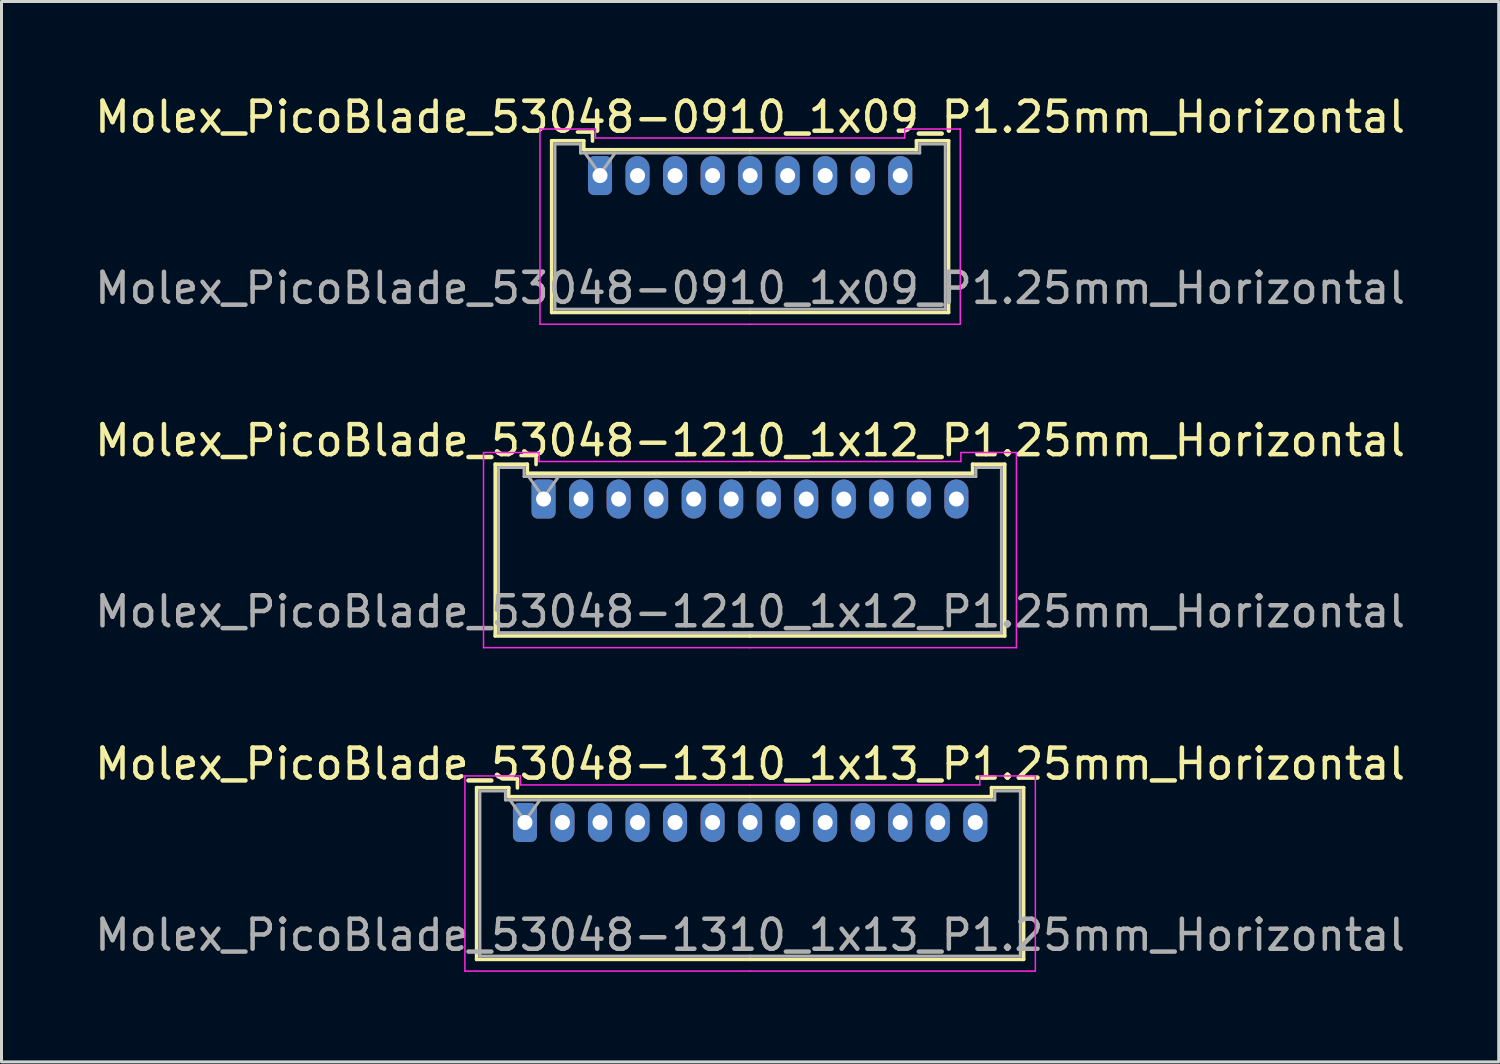
<source format=kicad_pcb>
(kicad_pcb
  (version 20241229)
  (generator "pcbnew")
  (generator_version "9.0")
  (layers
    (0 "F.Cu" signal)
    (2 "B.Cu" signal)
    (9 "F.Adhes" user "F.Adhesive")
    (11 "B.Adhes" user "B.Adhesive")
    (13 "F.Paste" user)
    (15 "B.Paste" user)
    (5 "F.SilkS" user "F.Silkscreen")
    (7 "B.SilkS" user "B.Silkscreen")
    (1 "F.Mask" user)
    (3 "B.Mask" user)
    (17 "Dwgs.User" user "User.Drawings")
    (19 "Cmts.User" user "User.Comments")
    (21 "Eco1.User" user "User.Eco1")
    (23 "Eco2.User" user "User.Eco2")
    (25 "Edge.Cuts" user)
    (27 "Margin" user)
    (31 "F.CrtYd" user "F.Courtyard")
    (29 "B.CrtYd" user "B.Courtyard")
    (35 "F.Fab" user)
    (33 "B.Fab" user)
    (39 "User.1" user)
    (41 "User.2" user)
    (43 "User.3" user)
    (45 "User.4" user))
  (footprint "Molex_PicoBlade_53048-1210_1x12_P1.25mm_Horizontal"
    (layer "F.Cu")
    (at 15.055 13.572)
    (property "Reference" "Molex_PicoBlade_53048-1210_1x12_P1.25mm_Horizontal" (at 6.88 -1.95 0) (layer "F.SilkS") (effects (font (size 1 1) (thickness 0.15))))
    (attr through_hole)
    (fp_line (start -1.61 -1.16) (end -1.61 4.56) (stroke (width 0.12) (type solid)) (layer "F.SilkS"))
    (fp_line (start -1.61 4.56) (end 6.875 4.56) (stroke (width 0.12) (type solid)) (layer "F.SilkS"))
    (fp_line (start -0.54 -1.16) (end -1.61 -1.16) (stroke (width 0.12) (type solid)) (layer "F.SilkS"))
    (fp_line (start -0.54 -0.86) (end -0.54 -1.16) (stroke (width 0.12) (type solid)) (layer "F.SilkS"))
    (fp_line (start -0.25 -1.45) (end -0.75 -1.45) (stroke (width 0.12) (type solid)) (layer "F.SilkS"))
    (fp_line (start -0.25 -1.15) (end -0.25 -1.45) (stroke (width 0.12) (type solid)) (layer "F.SilkS"))
    (fp_line (start 6.875 -0.86) (end -0.54 -0.86) (stroke (width 0.12) (type solid)) (layer "F.SilkS"))
    (fp_line (start 6.875 -0.86) (end 14.29 -0.86) (stroke (width 0.12) (type solid)) (layer "F.SilkS"))
    (fp_line (start 14.29 -1.16) (end 15.36 -1.16) (stroke (width 0.12) (type solid)) (layer "F.SilkS"))
    (fp_line (start 14.29 -0.86) (end 14.29 -1.16) (stroke (width 0.12) (type solid)) (layer "F.SilkS"))
    (fp_line (start 15.36 -1.16) (end 15.36 4.56) (stroke (width 0.12) (type solid)) (layer "F.SilkS"))
    (fp_line (start 15.36 4.56) (end 6.875 4.56) (stroke (width 0.12) (type solid)) (layer "F.SilkS"))
    (fp_line (start -2 -1.55) (end -2 4.95) (stroke (width 0.05) (type solid)) (layer "F.CrtYd"))
    (fp_line (start -2 4.95) (end 6.88 4.95) (stroke (width 0.05) (type solid)) (layer "F.CrtYd"))
    (fp_line (start -0.15 -1.55) (end -2 -1.55) (stroke (width 0.05) (type solid)) (layer "F.CrtYd"))
    (fp_line (start -0.15 -1.25) (end -0.15 -1.55) (stroke (width 0.05) (type solid)) (layer "F.CrtYd"))
    (fp_line (start 6.87 -1.25) (end 13.9 -1.25) (stroke (width 0.05) (type solid)) (layer "F.CrtYd"))
    (fp_line (start 6.88 -1.25) (end -0.15 -1.25) (stroke (width 0.05) (type solid)) (layer "F.CrtYd"))
    (fp_line (start 13.9 -1.55) (end 15.75 -1.55) (stroke (width 0.05) (type solid)) (layer "F.CrtYd"))
    (fp_line (start 13.9 -1.25) (end 13.9 -1.55) (stroke (width 0.05) (type solid)) (layer "F.CrtYd"))
    (fp_line (start 15.75 -1.55) (end 15.75 4.95) (stroke (width 0.05) (type solid)) (layer "F.CrtYd"))
    (fp_line (start 15.75 4.95) (end 6.87 4.95) (stroke (width 0.05) (type solid)) (layer "F.CrtYd"))
    (fp_line (start -1.5 -1.05) (end -1.5 4.45) (stroke (width 0.1) (type solid)) (layer "F.Fab"))
    (fp_line (start -1.5 4.45) (end 6.875 4.45) (stroke (width 0.1) (type solid)) (layer "F.Fab"))
    (fp_line (start -0.65 -1.05) (end -1.5 -1.05) (stroke (width 0.1) (type solid)) (layer "F.Fab"))
    (fp_line (start -0.65 -0.75) (end -0.65 -1.05) (stroke (width 0.1) (type solid)) (layer "F.Fab"))
    (fp_line (start -0.5 -0.75) (end 0 -0.043) (stroke (width 0.1) (type solid)) (layer "F.Fab"))
    (fp_line (start 0 -0.043) (end 0.5 -0.75) (stroke (width 0.1) (type solid)) (layer "F.Fab"))
    (fp_line (start 6.875 -0.75) (end -0.65 -0.75) (stroke (width 0.1) (type solid)) (layer "F.Fab"))
    (fp_line (start 6.875 -0.75) (end 14.4 -0.75) (stroke (width 0.1) (type solid)) (layer "F.Fab"))
    (fp_line (start 14.4 -1.05) (end 15.25 -1.05) (stroke (width 0.1) (type solid)) (layer "F.Fab"))
    (fp_line (start 14.4 -0.75) (end 14.4 -1.05) (stroke (width 0.1) (type solid)) (layer "F.Fab"))
    (fp_line (start 15.25 -1.05) (end 15.25 4.45) (stroke (width 0.1) (type solid)) (layer "F.Fab"))
    (fp_line (start 15.25 4.45) (end 6.875 4.45) (stroke (width 0.1) (type solid)) (layer "F.Fab"))
    (fp_text user "${REFERENCE}" (at 6.88 3.75 0) (layer "F.Fab") (effects (font (size 1 1) (thickness 0.15))))
    (pad "1" thru_hole roundrect (at 0 0) (size 0.8 1.3) (drill 0.5) (layers "*.Cu" "*.Mask") (roundrect_rratio 0.25))
    (pad "2" thru_hole oval (at 1.25 0) (size 0.8 1.3) (drill 0.5) (layers "*.Cu" "*.Mask"))
    (pad "3" thru_hole oval (at 2.5 0) (size 0.8 1.3) (drill 0.5) (layers "*.Cu" "*.Mask"))
    (pad "4" thru_hole oval (at 3.75 0) (size 0.8 1.3) (drill 0.5) (layers "*.Cu" "*.Mask"))
    (pad "5" thru_hole oval (at 5 0) (size 0.8 1.3) (drill 0.5) (layers "*.Cu" "*.Mask"))
    (pad "6" thru_hole oval (at 6.25 0) (size 0.8 1.3) (drill 0.5) (layers "*.Cu" "*.Mask"))
    (pad "7" thru_hole oval (at 7.5 0) (size 0.8 1.3) (drill 0.5) (layers "*.Cu" "*.Mask"))
    (pad "8" thru_hole oval (at 8.75 0) (size 0.8 1.3) (drill 0.5) (layers "*.Cu" "*.Mask"))
    (pad "9" thru_hole oval (at 10 0) (size 0.8 1.3) (drill 0.5) (layers "*.Cu" "*.Mask"))
    (pad "10" thru_hole oval (at 11.25 0) (size 0.8 1.3) (drill 0.5) (layers "*.Cu" "*.Mask"))
    (pad "11" thru_hole oval (at 12.5 0) (size 0.8 1.3) (drill 0.5) (layers "*.Cu" "*.Mask"))
    (pad "12" thru_hole oval (at 13.75 0) (size 0.8 1.3) (drill 0.5) (layers "*.Cu" "*.Mask")))
  (footprint "Molex_PicoBlade_53048-1310_1x13_P1.25mm_Horizontal"
    (layer "F.Cu")
    (at 14.435 24.345)
    (property "Reference" "Molex_PicoBlade_53048-1310_1x13_P1.25mm_Horizontal" (at 7.5 -1.95 0) (layer "F.SilkS") (effects (font (size 1 1) (thickness 0.15))))
    (attr through_hole)
    (fp_line (start -1.61 -1.16) (end -1.61 4.56) (stroke (width 0.12) (type solid)) (layer "F.SilkS"))
    (fp_line (start -1.61 4.56) (end 7.5 4.56) (stroke (width 0.12) (type solid)) (layer "F.SilkS"))
    (fp_line (start -0.54 -1.16) (end -1.61 -1.16) (stroke (width 0.12) (type solid)) (layer "F.SilkS"))
    (fp_line (start -0.54 -0.86) (end -0.54 -1.16) (stroke (width 0.12) (type solid)) (layer "F.SilkS"))
    (fp_line (start -0.25 -1.45) (end -0.75 -1.45) (stroke (width 0.12) (type solid)) (layer "F.SilkS"))
    (fp_line (start -0.25 -1.15) (end -0.25 -1.45) (stroke (width 0.12) (type solid)) (layer "F.SilkS"))
    (fp_line (start 7.5 -0.86) (end -0.54 -0.86) (stroke (width 0.12) (type solid)) (layer "F.SilkS"))
    (fp_line (start 7.5 -0.86) (end 15.54 -0.86) (stroke (width 0.12) (type solid)) (layer "F.SilkS"))
    (fp_line (start 15.54 -1.16) (end 16.61 -1.16) (stroke (width 0.12) (type solid)) (layer "F.SilkS"))
    (fp_line (start 15.54 -0.86) (end 15.54 -1.16) (stroke (width 0.12) (type solid)) (layer "F.SilkS"))
    (fp_line (start 16.61 -1.16) (end 16.61 4.56) (stroke (width 0.12) (type solid)) (layer "F.SilkS"))
    (fp_line (start 16.61 4.56) (end 7.5 4.56) (stroke (width 0.12) (type solid)) (layer "F.SilkS"))
    (fp_line (start -2 -1.55) (end -2 4.95) (stroke (width 0.05) (type solid)) (layer "F.CrtYd"))
    (fp_line (start -2 4.95) (end 7.5 4.95) (stroke (width 0.05) (type solid)) (layer "F.CrtYd"))
    (fp_line (start -0.15 -1.55) (end -2 -1.55) (stroke (width 0.05) (type solid)) (layer "F.CrtYd"))
    (fp_line (start -0.15 -1.25) (end -0.15 -1.55) (stroke (width 0.05) (type solid)) (layer "F.CrtYd"))
    (fp_line (start 7.5 -1.25) (end -0.15 -1.25) (stroke (width 0.05) (type solid)) (layer "F.CrtYd"))
    (fp_line (start 7.5 -1.25) (end 15.15 -1.25) (stroke (width 0.05) (type solid)) (layer "F.CrtYd"))
    (fp_line (start 15.15 -1.55) (end 17 -1.55) (stroke (width 0.05) (type solid)) (layer "F.CrtYd"))
    (fp_line (start 15.15 -1.25) (end 15.15 -1.55) (stroke (width 0.05) (type solid)) (layer "F.CrtYd"))
    (fp_line (start 17 -1.55) (end 17 4.95) (stroke (width 0.05) (type solid)) (layer "F.CrtYd"))
    (fp_line (start 17 4.95) (end 7.5 4.95) (stroke (width 0.05) (type solid)) (layer "F.CrtYd"))
    (fp_line (start -1.5 -1.05) (end -1.5 4.45) (stroke (width 0.1) (type solid)) (layer "F.Fab"))
    (fp_line (start -1.5 4.45) (end 7.5 4.45) (stroke (width 0.1) (type solid)) (layer "F.Fab"))
    (fp_line (start -0.65 -1.05) (end -1.5 -1.05) (stroke (width 0.1) (type solid)) (layer "F.Fab"))
    (fp_line (start -0.65 -0.75) (end -0.65 -1.05) (stroke (width 0.1) (type solid)) (layer "F.Fab"))
    (fp_line (start -0.5 -0.75) (end 0 -0.043) (stroke (width 0.1) (type solid)) (layer "F.Fab"))
    (fp_line (start 0 -0.043) (end 0.5 -0.75) (stroke (width 0.1) (type solid)) (layer "F.Fab"))
    (fp_line (start 7.5 -0.75) (end -0.65 -0.75) (stroke (width 0.1) (type solid)) (layer "F.Fab"))
    (fp_line (start 7.5 -0.75) (end 15.65 -0.75) (stroke (width 0.1) (type solid)) (layer "F.Fab"))
    (fp_line (start 15.65 -1.05) (end 16.5 -1.05) (stroke (width 0.1) (type solid)) (layer "F.Fab"))
    (fp_line (start 15.65 -0.75) (end 15.65 -1.05) (stroke (width 0.1) (type solid)) (layer "F.Fab"))
    (fp_line (start 16.5 -1.05) (end 16.5 4.45) (stroke (width 0.1) (type solid)) (layer "F.Fab"))
    (fp_line (start 16.5 4.45) (end 7.5 4.45) (stroke (width 0.1) (type solid)) (layer "F.Fab"))
    (fp_text user "${REFERENCE}" (at 7.5 3.75 0) (layer "F.Fab") (effects (font (size 1 1) (thickness 0.15))))
    (pad "1" thru_hole roundrect (at 0 0) (size 0.8 1.3) (drill 0.5) (layers "*.Cu" "*.Mask") (roundrect_rratio 0.25))
    (pad "2" thru_hole oval (at 1.25 0) (size 0.8 1.3) (drill 0.5) (layers "*.Cu" "*.Mask"))
    (pad "3" thru_hole oval (at 2.5 0) (size 0.8 1.3) (drill 0.5) (layers "*.Cu" "*.Mask"))
    (pad "4" thru_hole oval (at 3.75 0) (size 0.8 1.3) (drill 0.5) (layers "*.Cu" "*.Mask"))
    (pad "5" thru_hole oval (at 5 0) (size 0.8 1.3) (drill 0.5) (layers "*.Cu" "*.Mask"))
    (pad "6" thru_hole oval (at 6.25 0) (size 0.8 1.3) (drill 0.5) (layers "*.Cu" "*.Mask"))
    (pad "7" thru_hole oval (at 7.5 0) (size 0.8 1.3) (drill 0.5) (layers "*.Cu" "*.Mask"))
    (pad "8" thru_hole oval (at 8.75 0) (size 0.8 1.3) (drill 0.5) (layers "*.Cu" "*.Mask"))
    (pad "9" thru_hole oval (at 10 0) (size 0.8 1.3) (drill 0.5) (layers "*.Cu" "*.Mask"))
    (pad "10" thru_hole oval (at 11.25 0) (size 0.8 1.3) (drill 0.5) (layers "*.Cu" "*.Mask"))
    (pad "11" thru_hole oval (at 12.5 0) (size 0.8 1.3) (drill 0.5) (layers "*.Cu" "*.Mask"))
    (pad "12" thru_hole oval (at 13.75 0) (size 0.8 1.3) (drill 0.5) (layers "*.Cu" "*.Mask"))
    (pad "13" thru_hole oval (at 15 0) (size 0.8 1.3) (drill 0.5) (layers "*.Cu" "*.Mask")))
  (footprint "Molex_PicoBlade_53048-0910_1x09_P1.25mm_Horizontal"
    (layer "F.Cu")
    (at 16.935 2.798)
    (property "Reference" "Molex_PicoBlade_53048-0910_1x09_P1.25mm_Horizontal" (at 5 -1.95 0) (layer "F.SilkS") (effects (font (size 1 1) (thickness 0.15))))
    (attr through_hole)
    (fp_line (start -1.61 -1.16) (end -1.61 4.56) (stroke (width 0.12) (type solid)) (layer "F.SilkS"))
    (fp_line (start -1.61 4.56) (end 5 4.56) (stroke (width 0.12) (type solid)) (layer "F.SilkS"))
    (fp_line (start -0.54 -1.16) (end -1.61 -1.16) (stroke (width 0.12) (type solid)) (layer "F.SilkS"))
    (fp_line (start -0.54 -0.86) (end -0.54 -1.16) (stroke (width 0.12) (type solid)) (layer "F.SilkS"))
    (fp_line (start -0.25 -1.45) (end -0.75 -1.45) (stroke (width 0.12) (type solid)) (layer "F.SilkS"))
    (fp_line (start -0.25 -1.15) (end -0.25 -1.45) (stroke (width 0.12) (type solid)) (layer "F.SilkS"))
    (fp_line (start 5 -0.86) (end -0.54 -0.86) (stroke (width 0.12) (type solid)) (layer "F.SilkS"))
    (fp_line (start 5 -0.86) (end 10.54 -0.86) (stroke (width 0.12) (type solid)) (layer "F.SilkS"))
    (fp_line (start 10.54 -1.16) (end 11.61 -1.16) (stroke (width 0.12) (type solid)) (layer "F.SilkS"))
    (fp_line (start 10.54 -0.86) (end 10.54 -1.16) (stroke (width 0.12) (type solid)) (layer "F.SilkS"))
    (fp_line (start 11.61 -1.16) (end 11.61 4.56) (stroke (width 0.12) (type solid)) (layer "F.SilkS"))
    (fp_line (start 11.61 4.56) (end 5 4.56) (stroke (width 0.12) (type solid)) (layer "F.SilkS"))
    (fp_line (start -2 -1.55) (end -2 4.95) (stroke (width 0.05) (type solid)) (layer "F.CrtYd"))
    (fp_line (start -2 4.95) (end 5 4.95) (stroke (width 0.05) (type solid)) (layer "F.CrtYd"))
    (fp_line (start -0.15 -1.55) (end -2 -1.55) (stroke (width 0.05) (type solid)) (layer "F.CrtYd"))
    (fp_line (start -0.15 -1.25) (end -0.15 -1.55) (stroke (width 0.05) (type solid)) (layer "F.CrtYd"))
    (fp_line (start 5 -1.25) (end -0.15 -1.25) (stroke (width 0.05) (type solid)) (layer "F.CrtYd"))
    (fp_line (start 5 -1.25) (end 10.15 -1.25) (stroke (width 0.05) (type solid)) (layer "F.CrtYd"))
    (fp_line (start 10.15 -1.55) (end 12 -1.55) (stroke (width 0.05) (type solid)) (layer "F.CrtYd"))
    (fp_line (start 10.15 -1.25) (end 10.15 -1.55) (stroke (width 0.05) (type solid)) (layer "F.CrtYd"))
    (fp_line (start 12 -1.55) (end 12 4.95) (stroke (width 0.05) (type solid)) (layer "F.CrtYd"))
    (fp_line (start 12 4.95) (end 5 4.95) (stroke (width 0.05) (type solid)) (layer "F.CrtYd"))
    (fp_line (start -1.5 -1.05) (end -1.5 4.45) (stroke (width 0.1) (type solid)) (layer "F.Fab"))
    (fp_line (start -1.5 4.45) (end 5 4.45) (stroke (width 0.1) (type solid)) (layer "F.Fab"))
    (fp_line (start -0.65 -1.05) (end -1.5 -1.05) (stroke (width 0.1) (type solid)) (layer "F.Fab"))
    (fp_line (start -0.65 -0.75) (end -0.65 -1.05) (stroke (width 0.1) (type solid)) (layer "F.Fab"))
    (fp_line (start -0.5 -0.75) (end 0 -0.043) (stroke (width 0.1) (type solid)) (layer "F.Fab"))
    (fp_line (start 0 -0.043) (end 0.5 -0.75) (stroke (width 0.1) (type solid)) (layer "F.Fab"))
    (fp_line (start 5 -0.75) (end -0.65 -0.75) (stroke (width 0.1) (type solid)) (layer "F.Fab"))
    (fp_line (start 5 -0.75) (end 10.65 -0.75) (stroke (width 0.1) (type solid)) (layer "F.Fab"))
    (fp_line (start 10.65 -1.05) (end 11.5 -1.05) (stroke (width 0.1) (type solid)) (layer "F.Fab"))
    (fp_line (start 10.65 -0.75) (end 10.65 -1.05) (stroke (width 0.1) (type solid)) (layer "F.Fab"))
    (fp_line (start 11.5 -1.05) (end 11.5 4.45) (stroke (width 0.1) (type solid)) (layer "F.Fab"))
    (fp_line (start 11.5 4.45) (end 5 4.45) (stroke (width 0.1) (type solid)) (layer "F.Fab"))
    (fp_text user "${REFERENCE}" (at 5 3.75 0) (layer "F.Fab") (effects (font (size 1 1) (thickness 0.15))))
    (pad "1" thru_hole roundrect (at 0 0) (size 0.8 1.3) (drill 0.5) (layers "*.Cu" "*.Mask") (roundrect_rratio 0.25))
    (pad "2" thru_hole oval (at 1.25 0) (size 0.8 1.3) (drill 0.5) (layers "*.Cu" "*.Mask"))
    (pad "3" thru_hole oval (at 2.5 0) (size 0.8 1.3) (drill 0.5) (layers "*.Cu" "*.Mask"))
    (pad "4" thru_hole oval (at 3.75 0) (size 0.8 1.3) (drill 0.5) (layers "*.Cu" "*.Mask"))
    (pad "5" thru_hole oval (at 5 0) (size 0.8 1.3) (drill 0.5) (layers "*.Cu" "*.Mask"))
    (pad "6" thru_hole oval (at 6.25 0) (size 0.8 1.3) (drill 0.5) (layers "*.Cu" "*.Mask"))
    (pad "7" thru_hole oval (at 7.5 0) (size 0.8 1.3) (drill 0.5) (layers "*.Cu" "*.Mask"))
    (pad "8" thru_hole oval (at 8.75 0) (size 0.8 1.3) (drill 0.5) (layers "*.Cu" "*.Mask"))
    (pad "9" thru_hole oval (at 10 0) (size 0.8 1.3) (drill 0.5) (layers "*.Cu" "*.Mask")))
  (gr_rect
    (start -3 -3)
    (end 46.869 32.32)
    (stroke (width 0.1) (type default))
    (fill no)
    (layer "Edge.Cuts")))
</source>
